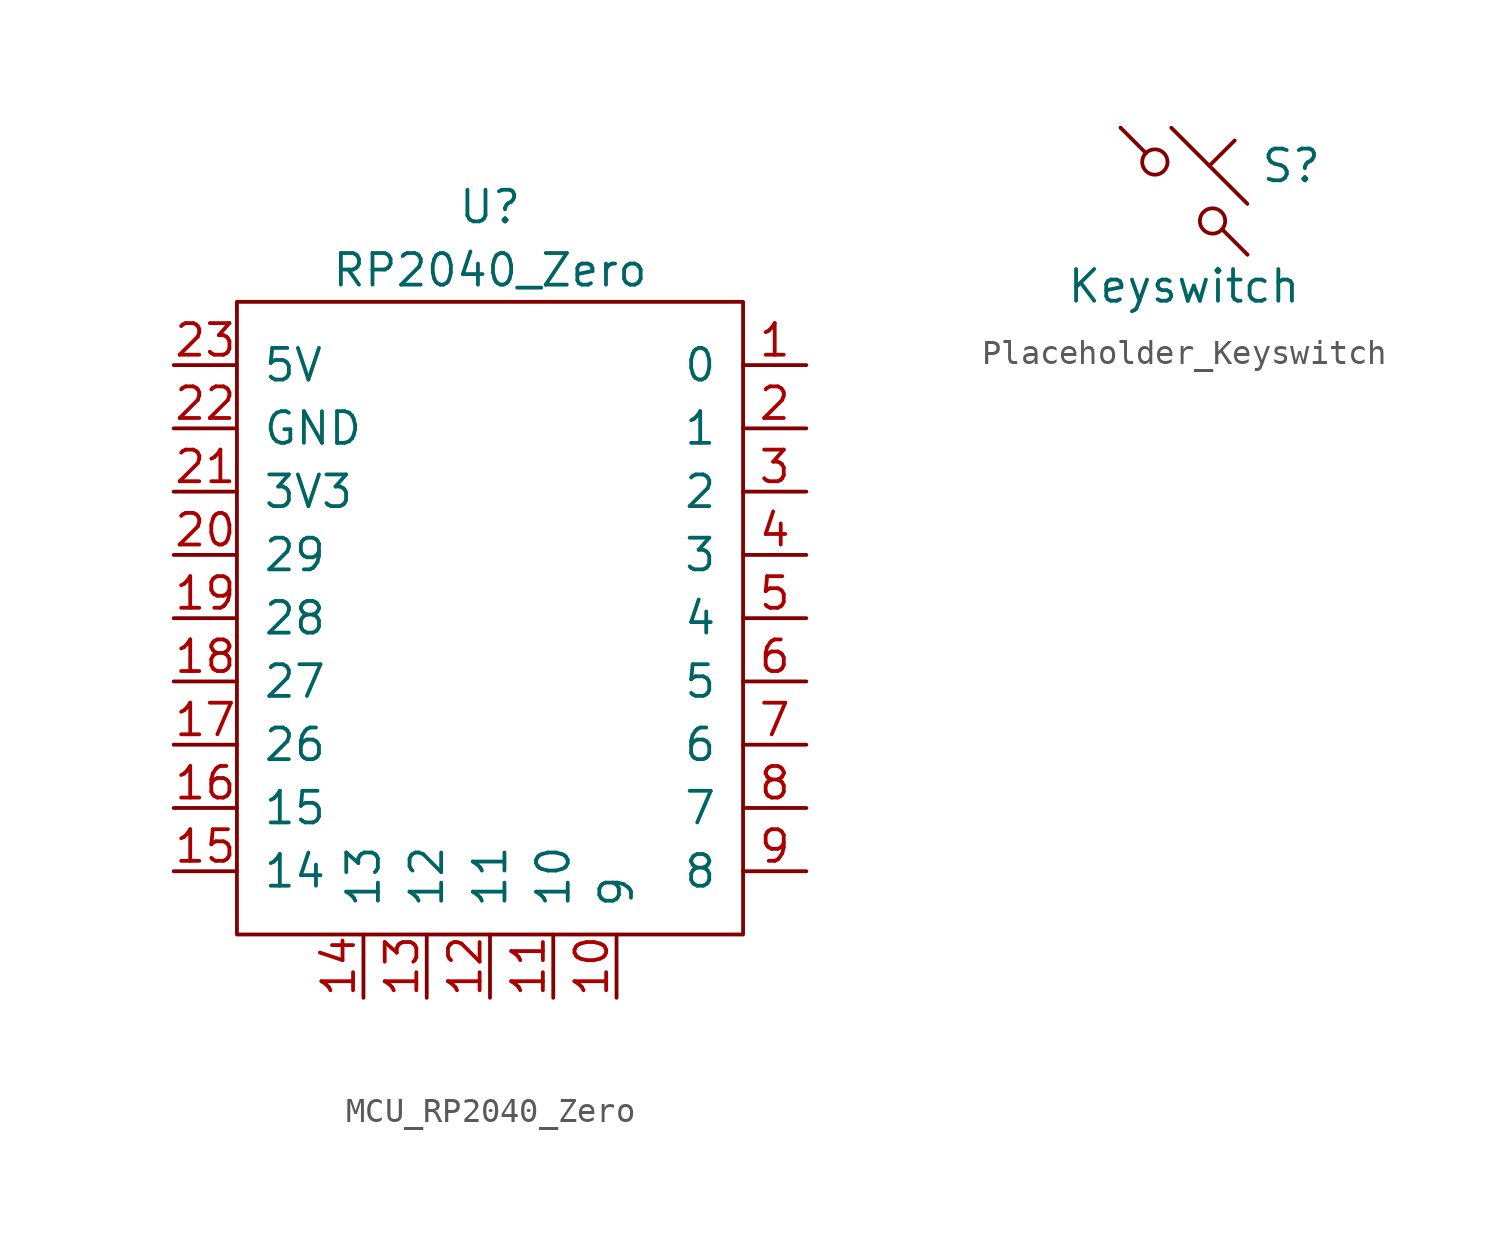
<source format=kicad_sym>
(kicad_symbol_lib
  (version 20220914)
  (generator kicad_symbol_editor)
  (symbol "MCU_RP2040_Zero"
    (pin_names
      (offset 1.016))
    (property "Reference" "U"
      (at 0 15.24 0)
      (effects (font (size 1.27 1.27))))
    (property "Value" "RP2040_Zero"
      (at 0 12.7 0)
      (effects (font (size 1.27 1.27))))
    (symbol "MCU_RP2040_Zero_0_1"
      (rectangle (start -10.16 11.43) (end 10.16 -13.97) (stroke (width 0) (type default)) (fill (type none))))
    (symbol "MCU_RP2040_Zero_1_1"
      (pin bidirectional line (at 12.7 8.89 180) (length 2.54) (name "0" (effects (font (size 1.27 1.27)))) (number "1" (effects (font (size 1.27 1.27)))))
      (pin bidirectional line (at 5.08 -16.51 90) (length 2.54) (name "9" (effects (font (size 1.27 1.27)))) (number "10" (effects (font (size 1.27 1.27)))))
      (pin bidirectional line (at 2.54 -16.51 90) (length 2.54) (name "10" (effects (font (size 1.27 1.27)))) (number "11" (effects (font (size 1.27 1.27)))))
      (pin bidirectional line (at 0 -16.51 90) (length 2.54) (name "11" (effects (font (size 1.27 1.27)))) (number "12" (effects (font (size 1.27 1.27)))))
      (pin bidirectional line (at -2.54 -16.51 90) (length 2.54) (name "12" (effects (font (size 1.27 1.27)))) (number "13" (effects (font (size 1.27 1.27)))))
      (pin bidirectional line (at -5.08 -16.51 90) (length 2.54) (name "13" (effects (font (size 1.27 1.27)))) (number "14" (effects (font (size 1.27 1.27)))))
      (pin bidirectional line (at -12.7 -11.43 0) (length 2.54) (name "14" (effects (font (size 1.27 1.27)))) (number "15" (effects (font (size 1.27 1.27)))))
      (pin bidirectional line (at -12.7 -8.89 0) (length 2.54) (name "15" (effects (font (size 1.27 1.27)))) (number "16" (effects (font (size 1.27 1.27)))))
      (pin bidirectional line (at -12.7 -6.35 0) (length 2.54) (name "26" (effects (font (size 1.27 1.27)))) (number "17" (effects (font (size 1.27 1.27)))))
      (pin bidirectional line (at -12.7 -3.81 0) (length 2.54) (name "27" (effects (font (size 1.27 1.27)))) (number "18" (effects (font (size 1.27 1.27)))))
      (pin bidirectional line (at -12.7 -1.27 0) (length 2.54) (name "28" (effects (font (size 1.27 1.27)))) (number "19" (effects (font (size 1.27 1.27)))))
      (pin bidirectional line (at 12.7 6.35 180) (length 2.54) (name "1" (effects (font (size 1.27 1.27)))) (number "2" (effects (font (size 1.27 1.27)))))
      (pin bidirectional line (at -12.7 1.27 0) (length 2.54) (name "29" (effects (font (size 1.27 1.27)))) (number "20" (effects (font (size 1.27 1.27)))))
      (pin power_out line (at -12.7 3.81 0) (length 2.54) (name "3V3" (effects (font (size 1.27 1.27)))) (number "21" (effects (font (size 1.27 1.27)))))
      (pin power_out line (at -12.7 6.35 0) (length 2.54) (name "GND" (effects (font (size 1.27 1.27)))) (number "22" (effects (font (size 1.27 1.27)))))
      (pin power_out line (at -12.7 8.89 0) (length 2.54) (name "5V" (effects (font (size 1.27 1.27)))) (number "23" (effects (font (size 1.27 1.27)))))
      (pin bidirectional line (at 12.7 3.81 180) (length 2.54) (name "2" (effects (font (size 1.27 1.27)))) (number "3" (effects (font (size 1.27 1.27)))))
      (pin bidirectional line (at 12.7 1.27 180) (length 2.54) (name "3" (effects (font (size 1.27 1.27)))) (number "4" (effects (font (size 1.27 1.27)))))
      (pin bidirectional line (at 12.7 -1.27 180) (length 2.54) (name "4" (effects (font (size 1.27 1.27)))) (number "5" (effects (font (size 1.27 1.27)))))
      (pin bidirectional line (at 12.7 -3.81 180) (length 2.54) (name "5" (effects (font (size 1.27 1.27)))) (number "6" (effects (font (size 1.27 1.27)))))
      (pin bidirectional line (at 12.7 -6.35 180) (length 2.54) (name "6" (effects (font (size 1.27 1.27)))) (number "7" (effects (font (size 1.27 1.27)))))
      (pin bidirectional line (at 12.7 -8.89 180) (length 2.54) (name "7" (effects (font (size 1.27 1.27)))) (number "8" (effects (font (size 1.27 1.27)))))
      (pin bidirectional line (at 12.7 -11.43 180) (length 2.54) (name "8" (effects (font (size 1.27 1.27)))) (number "9" (effects (font (size 1.27 1.27)))))))
  (symbol "Placeholder_Keyswitch"
    (pin_numbers hide)
    (pin_names
      (offset 1.016) hide)
    (property "Reference" "S"
      (at 3.048 1.016 0)
      (effects (font (size 1.27 1.27)) (justify left)))
    (property "Value" "Keyswitch"
      (at 0 -3.81 0)
      (effects (font (size 1.27 1.27))))
    (symbol "Placeholder_Keyswitch_0_1"
      (circle (center -1.168 1.168) (radius 0.508) (stroke (width 0) (type default)) (fill (type none)))
      (polyline (pts (xy -0.508 2.54) (xy 2.54 -0.508)) (stroke (width 0) (type default)) (fill (type none)))
      (polyline (pts (xy 1.016 1.016) (xy 2.032 2.032)) (stroke (width 0) (type default)) (fill (type none)))
      (polyline (pts (xy -2.54 2.54) (xy -1.524 1.524) (xy -1.524 1.524)) (stroke (width 0) (type default)) (fill (type none)))
      (polyline (pts (xy 1.524 -1.524) (xy 2.54 -2.54) (xy 2.54 -2.54) (xy 2.54 -2.54)) (stroke (width 0) (type default)) (fill (type none)))
      (circle (center 1.143 -1.194) (radius 0.508) (stroke (width 0) (type default)) (fill (type none)))
      (pin passive line (at -2.54 2.54 0) (length 0) (name "1" (effects (font (size 1.27 1.27)))) (number "1" (effects (font (size 1.27 1.27)))))
      (pin passive line (at 2.54 -2.54 180) (length 0) (name "2" (effects (font (size 1.27 1.27)))) (number "2" (effects (font (size 1.27 1.27))))))))
</source>
